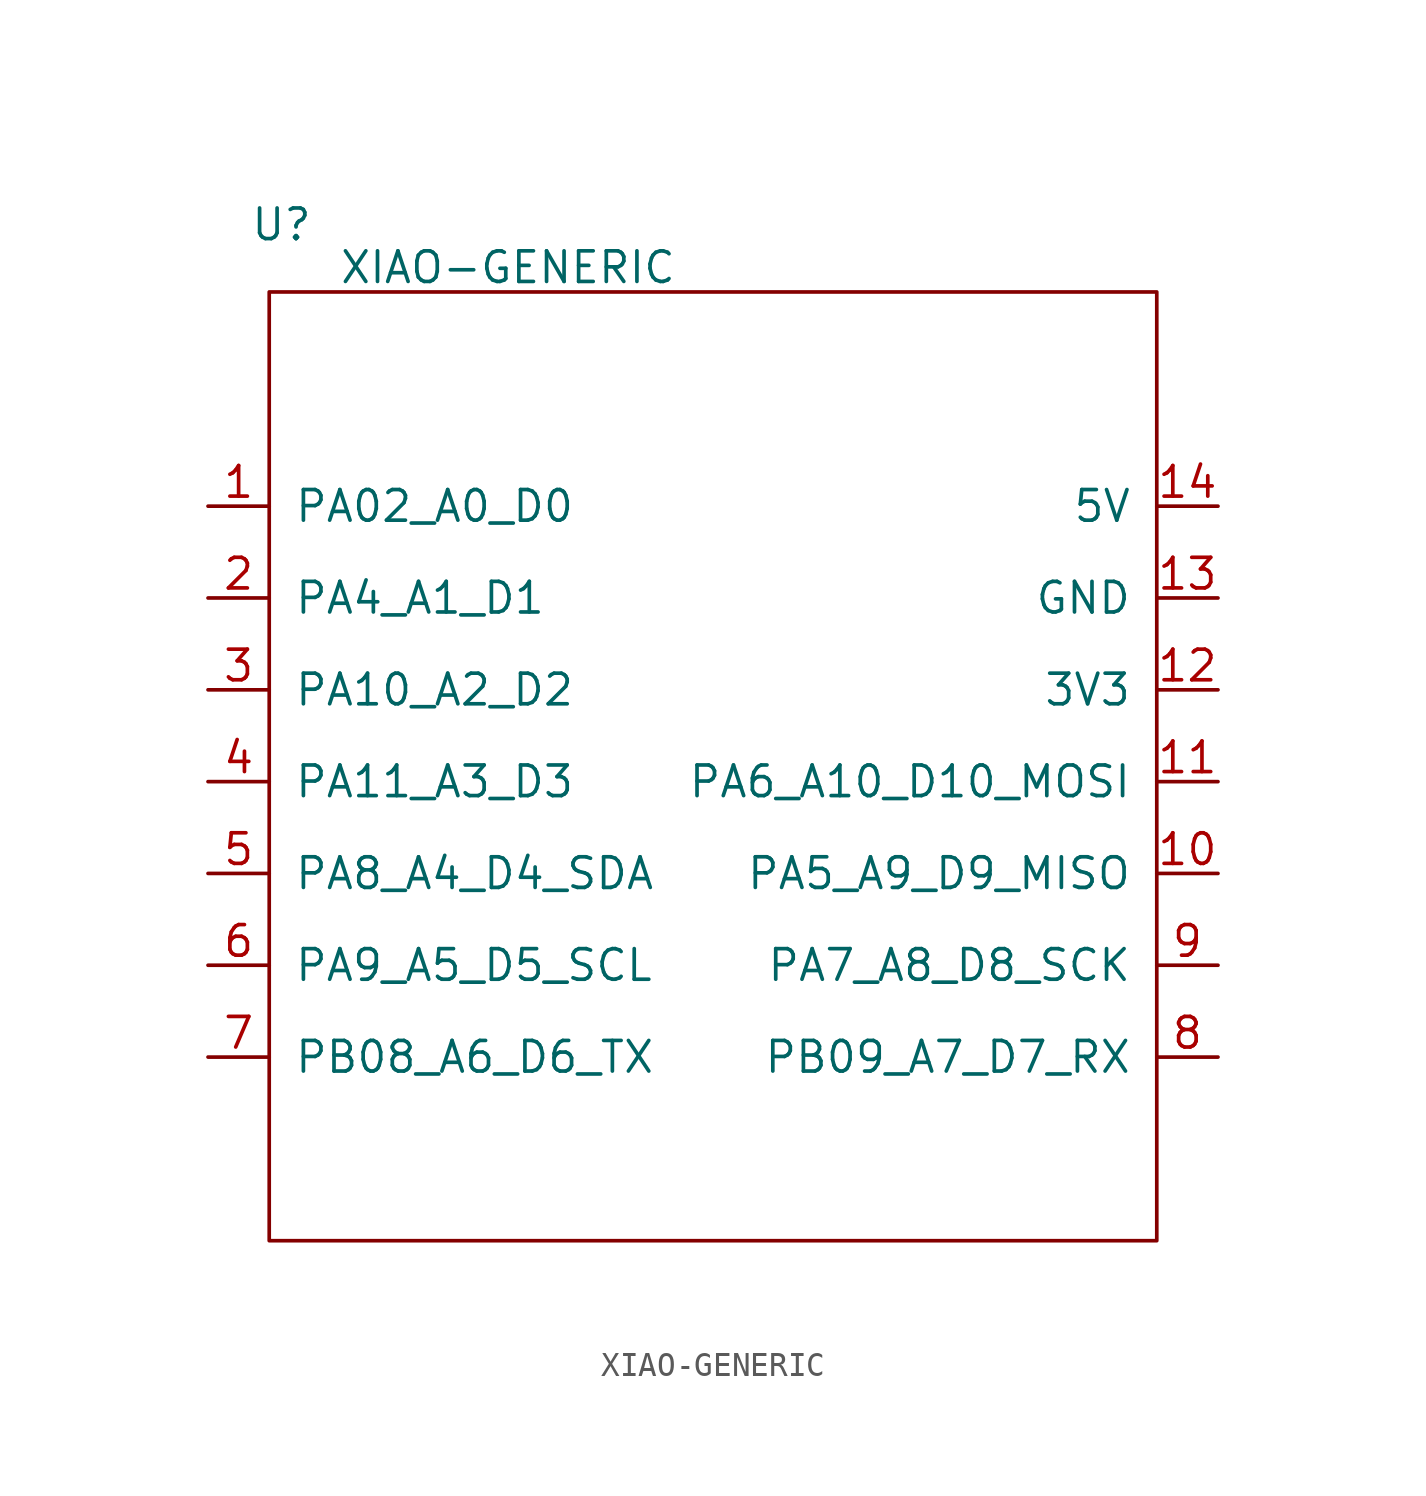
<source format=kicad_sym>
(kicad_symbol_lib
  (version 20241209)
  (generator "kicad_symbol_editor")
  (generator_version "9.0")
  (symbol "XIAO-GENERIC"
    (pin_names
      (offset 1.016))
    (property "Reference" "U"
      (at -18.542 23.114 0)
      (effects (font (size 1.27 1.27))))
    (property "Value" "XIAO-GENERIC"
      (at -9.144 21.336 0)
      (effects (font (size 1.27 1.27))))
    (symbol "XIAO-GENERIC_0_1"
      (rectangle (start -19.05 20.32) (end 17.78 -19.05) (stroke (width 0) (type default)) (fill (type none))))
    (symbol "XIAO-GENERIC_1_1"
      (pin passive line (at -21.59 11.43 0) (length 2.54) (name "PA02_A0_D0" (effects (font (size 1.27 1.27)))) (number "1" (effects (font (size 1.27 1.27)))))
      (pin passive line (at -21.59 7.62 0) (length 2.54) (name "PA4_A1_D1" (effects (font (size 1.27 1.27)))) (number "2" (effects (font (size 1.27 1.27)))))
      (pin passive line (at -21.59 3.81 0) (length 2.54) (name "PA10_A2_D2" (effects (font (size 1.27 1.27)))) (number "3" (effects (font (size 1.27 1.27)))))
      (pin passive line (at -21.59 0 0) (length 2.54) (name "PA11_A3_D3" (effects (font (size 1.27 1.27)))) (number "4" (effects (font (size 1.27 1.27)))))
      (pin passive line (at -21.59 -3.81 0) (length 2.54) (name "PA8_A4_D4_SDA" (effects (font (size 1.27 1.27)))) (number "5" (effects (font (size 1.27 1.27)))))
      (pin passive line (at -21.59 -7.62 0) (length 2.54) (name "PA9_A5_D5_SCL" (effects (font (size 1.27 1.27)))) (number "6" (effects (font (size 1.27 1.27)))))
      (pin passive line (at -21.59 -11.43 0) (length 2.54) (name "PB08_A6_D6_TX" (effects (font (size 1.27 1.27)))) (number "7" (effects (font (size 1.27 1.27)))))
      (pin passive line (at 20.32 11.43 180) (length 2.54) (name "5V" (effects (font (size 1.27 1.27)))) (number "14" (effects (font (size 1.27 1.27)))))
      (pin passive line (at 20.32 7.62 180) (length 2.54) (name "GND" (effects (font (size 1.27 1.27)))) (number "13" (effects (font (size 1.27 1.27)))))
      (pin passive line (at 20.32 3.81 180) (length 2.54) (name "3V3" (effects (font (size 1.27 1.27)))) (number "12" (effects (font (size 1.27 1.27)))))
      (pin passive line (at 20.32 0 180) (length 2.54) (name "PA6_A10_D10_MOSI" (effects (font (size 1.27 1.27)))) (number "11" (effects (font (size 1.27 1.27)))))
      (pin passive line (at 20.32 -3.81 180) (length 2.54) (name "PA5_A9_D9_MISO" (effects (font (size 1.27 1.27)))) (number "10" (effects (font (size 1.27 1.27)))))
      (pin passive line (at 20.32 -7.62 180) (length 2.54) (name "PA7_A8_D8_SCK" (effects (font (size 1.27 1.27)))) (number "9" (effects (font (size 1.27 1.27)))))
      (pin passive line (at 20.32 -11.43 180) (length 2.54) (name "PB09_A7_D7_RX" (effects (font (size 1.27 1.27)))) (number "8" (effects (font (size 1.27 1.27))))))))
</source>
